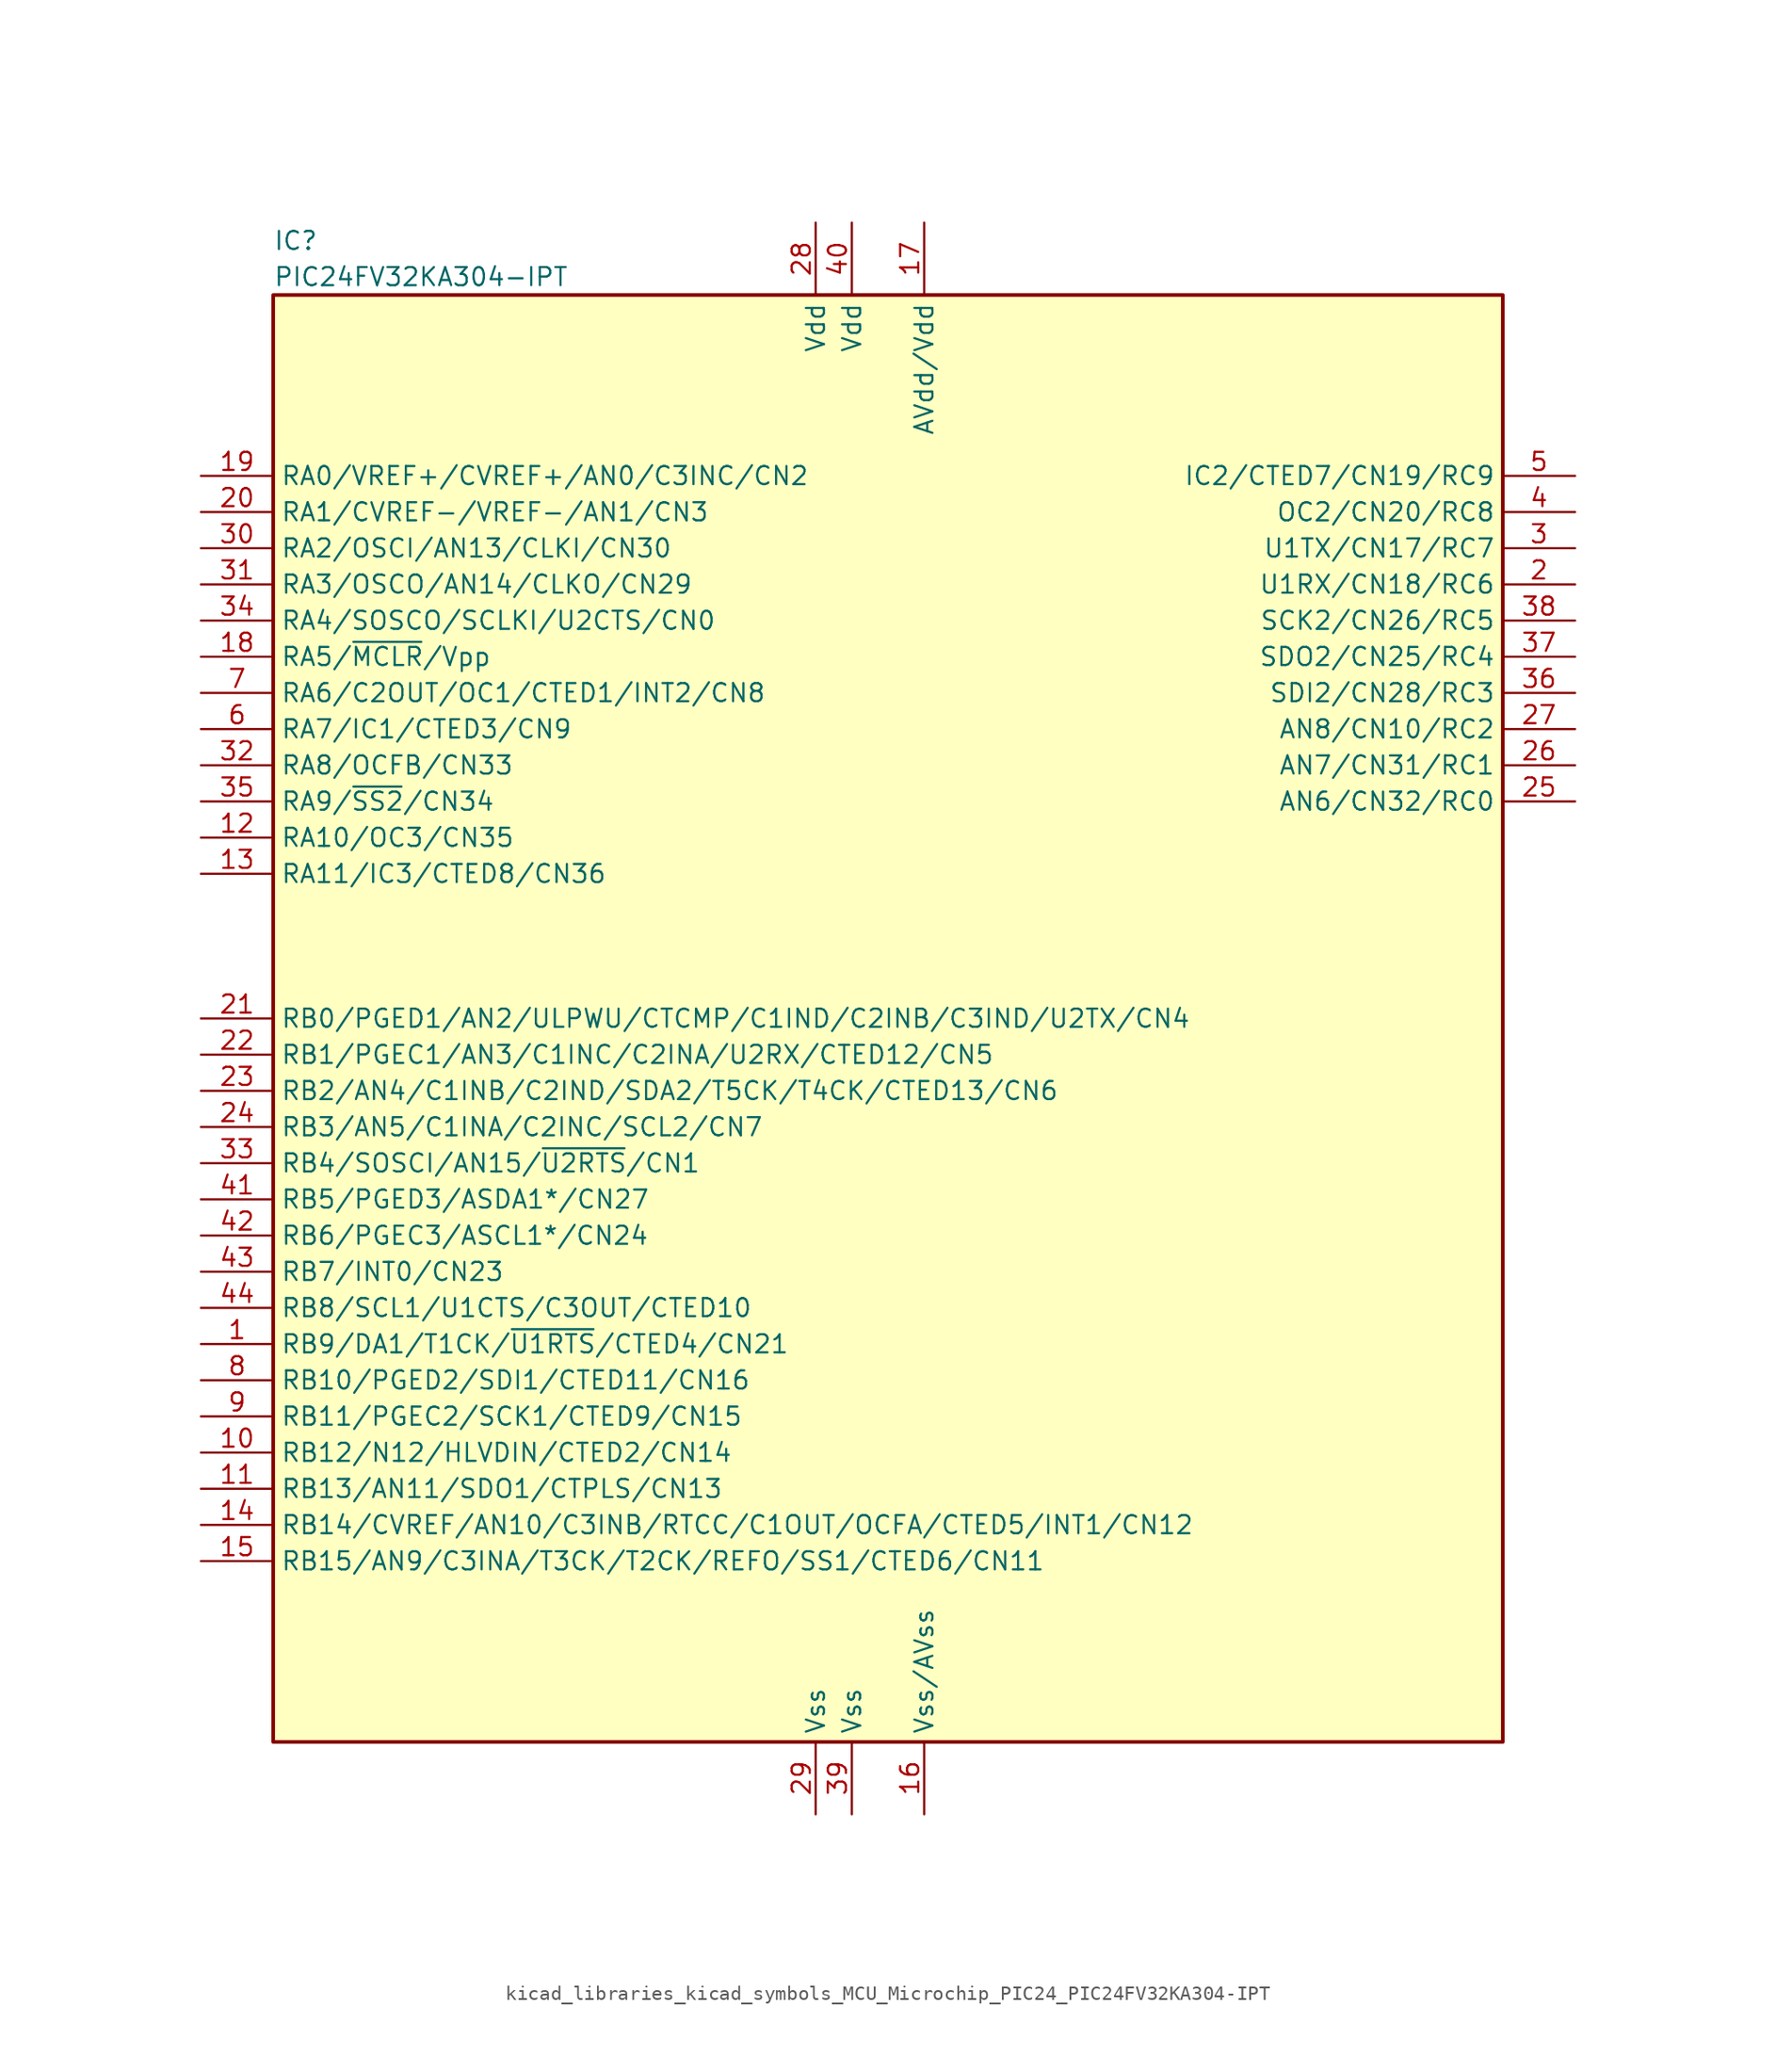
<source format=kicad_sym>
(kicad_symbol_lib
  (version 20220914)
  (generator kicad_symbol_editor)
  (symbol "kicad_libraries_kicad_symbols_MCU_Microchip_PIC24_PIC24FV32KA304-IPT"
    (property "Reference" "IC"
      (at -43.18 54.61 0)
      (effects (font (size 1.27 1.27)) (justify left)))
    (property "Value" "PIC24FV32KA304-IPT"
      (at -43.18 52.07 0)
      (effects (font (size 1.27 1.27)) (justify left)))
    (symbol "kicad_libraries_kicad_symbols_MCU_Microchip_PIC24_PIC24FV32KA304-IPT_1_0"
      (rectangle (start -43.18 -50.8) (end 43.18 50.8) (stroke (width 0.254) (type default)) (fill (type background))))
    (symbol "kicad_libraries_kicad_symbols_MCU_Microchip_PIC24_PIC24FV32KA304-IPT_1_1"
      (pin bidirectional line (at -48.26 -22.86 0) (length 5.08) (name "RB9/DA1/T1CK/~{U1RTS}/CTED4/CN21" (effects (font (size 1.27 1.27)))) (number "1" (effects (font (size 1.27 1.27)))))
      (pin bidirectional line (at -48.26 -30.48 0) (length 5.08) (name "RB12/N12/HLVDIN/CTED2/CN14" (effects (font (size 1.27 1.27)))) (number "10" (effects (font (size 1.27 1.27)))))
      (pin bidirectional line (at -48.26 -33.02 0) (length 5.08) (name "RB13/AN11/SDO1/CTPLS/CN13" (effects (font (size 1.27 1.27)))) (number "11" (effects (font (size 1.27 1.27)))))
      (pin bidirectional line (at -48.26 12.7 0) (length 5.08) (name "RA10/OC3/CN35" (effects (font (size 1.27 1.27)))) (number "12" (effects (font (size 1.27 1.27)))))
      (pin bidirectional line (at -48.26 10.16 0) (length 5.08) (name "RA11/IC3/CTED8/CN36" (effects (font (size 1.27 1.27)))) (number "13" (effects (font (size 1.27 1.27)))))
      (pin bidirectional line (at -48.26 -35.56 0) (length 5.08) (name "RB14/CVREF/AN10/C3INB/RTCC/C1OUT/OCFA/CTED5/INT1/CN12" (effects (font (size 1.27 1.27)))) (number "14" (effects (font (size 1.27 1.27)))))
      (pin bidirectional line (at -48.26 -38.1 0) (length 5.08) (name "RB15/AN9/C3INA/T3CK/T2CK/REFO/SS1/CTED6/CN11" (effects (font (size 1.27 1.27)))) (number "15" (effects (font (size 1.27 1.27)))))
      (pin power_in line (at 2.54 -55.88 90) (length 5.08) (name "Vss/AVss" (effects (font (size 1.27 1.27)))) (number "16" (effects (font (size 1.27 1.27)))))
      (pin power_in line (at 2.54 55.88 270) (length 5.08) (name "AVdd/Vdd" (effects (font (size 1.27 1.27)))) (number "17" (effects (font (size 1.27 1.27)))))
      (pin bidirectional line (at -48.26 25.4 0) (length 5.08) (name "RA5/~{MCLR}/Vpp" (effects (font (size 1.27 1.27)))) (number "18" (effects (font (size 1.27 1.27)))))
      (pin bidirectional line (at -48.26 38.1 0) (length 5.08) (name "RA0/VREF+/CVREF+/AN0/C3INC/CN2" (effects (font (size 1.27 1.27)))) (number "19" (effects (font (size 1.27 1.27)))))
      (pin bidirectional line (at 48.26 30.48 180) (length 5.08) (name "U1RX/CN18/RC6" (effects (font (size 1.27 1.27)))) (number "2" (effects (font (size 1.27 1.27)))))
      (pin bidirectional line (at -48.26 35.56 0) (length 5.08) (name "RA1/CVREF-/VREF-/AN1/CN3" (effects (font (size 1.27 1.27)))) (number "20" (effects (font (size 1.27 1.27)))))
      (pin bidirectional line (at -48.26 0 0) (length 5.08) (name "RB0/PGED1/AN2/ULPWU/CTCMP/C1IND/C2INB/C3IND/U2TX/CN4" (effects (font (size 1.27 1.27)))) (number "21" (effects (font (size 1.27 1.27)))))
      (pin bidirectional line (at -48.26 -2.54 0) (length 5.08) (name "RB1/PGEC1/AN3/C1INC/C2INA/U2RX/CTED12/CN5" (effects (font (size 1.27 1.27)))) (number "22" (effects (font (size 1.27 1.27)))))
      (pin bidirectional line (at -48.26 -5.08 0) (length 5.08) (name "RB2/AN4/C1INB/C2IND/SDA2/T5CK/T4CK/CTED13/CN6" (effects (font (size 1.27 1.27)))) (number "23" (effects (font (size 1.27 1.27)))))
      (pin bidirectional line (at -48.26 -7.62 0) (length 5.08) (name "RB3/AN5/C1INA/C2INC/SCL2/CN7" (effects (font (size 1.27 1.27)))) (number "24" (effects (font (size 1.27 1.27)))))
      (pin bidirectional line (at 48.26 15.24 180) (length 5.08) (name "AN6/CN32/RC0" (effects (font (size 1.27 1.27)))) (number "25" (effects (font (size 1.27 1.27)))))
      (pin bidirectional line (at 48.26 17.78 180) (length 5.08) (name "AN7/CN31/RC1" (effects (font (size 1.27 1.27)))) (number "26" (effects (font (size 1.27 1.27)))))
      (pin bidirectional line (at 48.26 20.32 180) (length 5.08) (name "AN8/CN10/RC2" (effects (font (size 1.27 1.27)))) (number "27" (effects (font (size 1.27 1.27)))))
      (pin power_in line (at -5.08 55.88 270) (length 5.08) (name "Vdd" (effects (font (size 1.27 1.27)))) (number "28" (effects (font (size 1.27 1.27)))))
      (pin power_in line (at -5.08 -55.88 90) (length 5.08) (name "Vss" (effects (font (size 1.27 1.27)))) (number "29" (effects (font (size 1.27 1.27)))))
      (pin bidirectional line (at 48.26 33.02 180) (length 5.08) (name "U1TX/CN17/RC7" (effects (font (size 1.27 1.27)))) (number "3" (effects (font (size 1.27 1.27)))))
      (pin bidirectional line (at -48.26 33.02 0) (length 5.08) (name "RA2/OSCI/AN13/CLKI/CN30" (effects (font (size 1.27 1.27)))) (number "30" (effects (font (size 1.27 1.27)))))
      (pin bidirectional line (at -48.26 30.48 0) (length 5.08) (name "RA3/OSCO/AN14/CLKO/CN29" (effects (font (size 1.27 1.27)))) (number "31" (effects (font (size 1.27 1.27)))))
      (pin bidirectional line (at -48.26 17.78 0) (length 5.08) (name "RA8/OCFB/CN33" (effects (font (size 1.27 1.27)))) (number "32" (effects (font (size 1.27 1.27)))))
      (pin bidirectional line (at -48.26 -10.16 0) (length 5.08) (name "RB4/SOSCI/AN15/~{U2RTS}/CN1" (effects (font (size 1.27 1.27)))) (number "33" (effects (font (size 1.27 1.27)))))
      (pin bidirectional line (at -48.26 27.94 0) (length 5.08) (name "RA4/SOSCO/SCLKI/U2CTS/CN0" (effects (font (size 1.27 1.27)))) (number "34" (effects (font (size 1.27 1.27)))))
      (pin bidirectional line (at -48.26 15.24 0) (length 5.08) (name "RA9/~{SS2}/CN34" (effects (font (size 1.27 1.27)))) (number "35" (effects (font (size 1.27 1.27)))))
      (pin bidirectional line (at 48.26 22.86 180) (length 5.08) (name "SDI2/CN28/RC3" (effects (font (size 1.27 1.27)))) (number "36" (effects (font (size 1.27 1.27)))))
      (pin bidirectional line (at 48.26 25.4 180) (length 5.08) (name "SDO2/CN25/RC4" (effects (font (size 1.27 1.27)))) (number "37" (effects (font (size 1.27 1.27)))))
      (pin bidirectional line (at 48.26 27.94 180) (length 5.08) (name "SCK2/CN26/RC5" (effects (font (size 1.27 1.27)))) (number "38" (effects (font (size 1.27 1.27)))))
      (pin power_in line (at -2.54 -55.88 90) (length 5.08) (name "Vss" (effects (font (size 1.27 1.27)))) (number "39" (effects (font (size 1.27 1.27)))))
      (pin bidirectional line (at 48.26 35.56 180) (length 5.08) (name "OC2/CN20/RC8" (effects (font (size 1.27 1.27)))) (number "4" (effects (font (size 1.27 1.27)))))
      (pin power_in line (at -2.54 55.88 270) (length 5.08) (name "Vdd" (effects (font (size 1.27 1.27)))) (number "40" (effects (font (size 1.27 1.27)))))
      (pin bidirectional line (at -48.26 -12.7 0) (length 5.08) (name "RB5/PGED3/ASDA1*/CN27" (effects (font (size 1.27 1.27)))) (number "41" (effects (font (size 1.27 1.27)))))
      (pin bidirectional line (at -48.26 -15.24 0) (length 5.08) (name "RB6/PGEC3/ASCL1*/CN24" (effects (font (size 1.27 1.27)))) (number "42" (effects (font (size 1.27 1.27)))))
      (pin bidirectional line (at -48.26 -17.78 0) (length 5.08) (name "RB7/INT0/CN23" (effects (font (size 1.27 1.27)))) (number "43" (effects (font (size 1.27 1.27)))))
      (pin bidirectional line (at -48.26 -20.32 0) (length 5.08) (name "RB8/SCL1/U1CTS/C3OUT/CTED10" (effects (font (size 1.27 1.27)))) (number "44" (effects (font (size 1.27 1.27)))))
      (pin bidirectional line (at 48.26 38.1 180) (length 5.08) (name "IC2/CTED7/CN19/RC9" (effects (font (size 1.27 1.27)))) (number "5" (effects (font (size 1.27 1.27)))))
      (pin bidirectional line (at -48.26 20.32 0) (length 5.08) (name "RA7/IC1/CTED3/CN9" (effects (font (size 1.27 1.27)))) (number "6" (effects (font (size 1.27 1.27)))))
      (pin bidirectional line (at -48.26 22.86 0) (length 5.08) (name "RA6/C2OUT/OC1/CTED1/INT2/CN8" (effects (font (size 1.27 1.27)))) (number "7" (effects (font (size 1.27 1.27)))))
      (pin bidirectional line (at -48.26 -25.4 0) (length 5.08) (name "RB10/PGED2/SDI1/CTED11/CN16" (effects (font (size 1.27 1.27)))) (number "8" (effects (font (size 1.27 1.27)))))
      (pin bidirectional line (at -48.26 -27.94 0) (length 5.08) (name "RB11/PGEC2/SCK1/CTED9/CN15" (effects (font (size 1.27 1.27)))) (number "9" (effects (font (size 1.27 1.27))))))))
</source>
